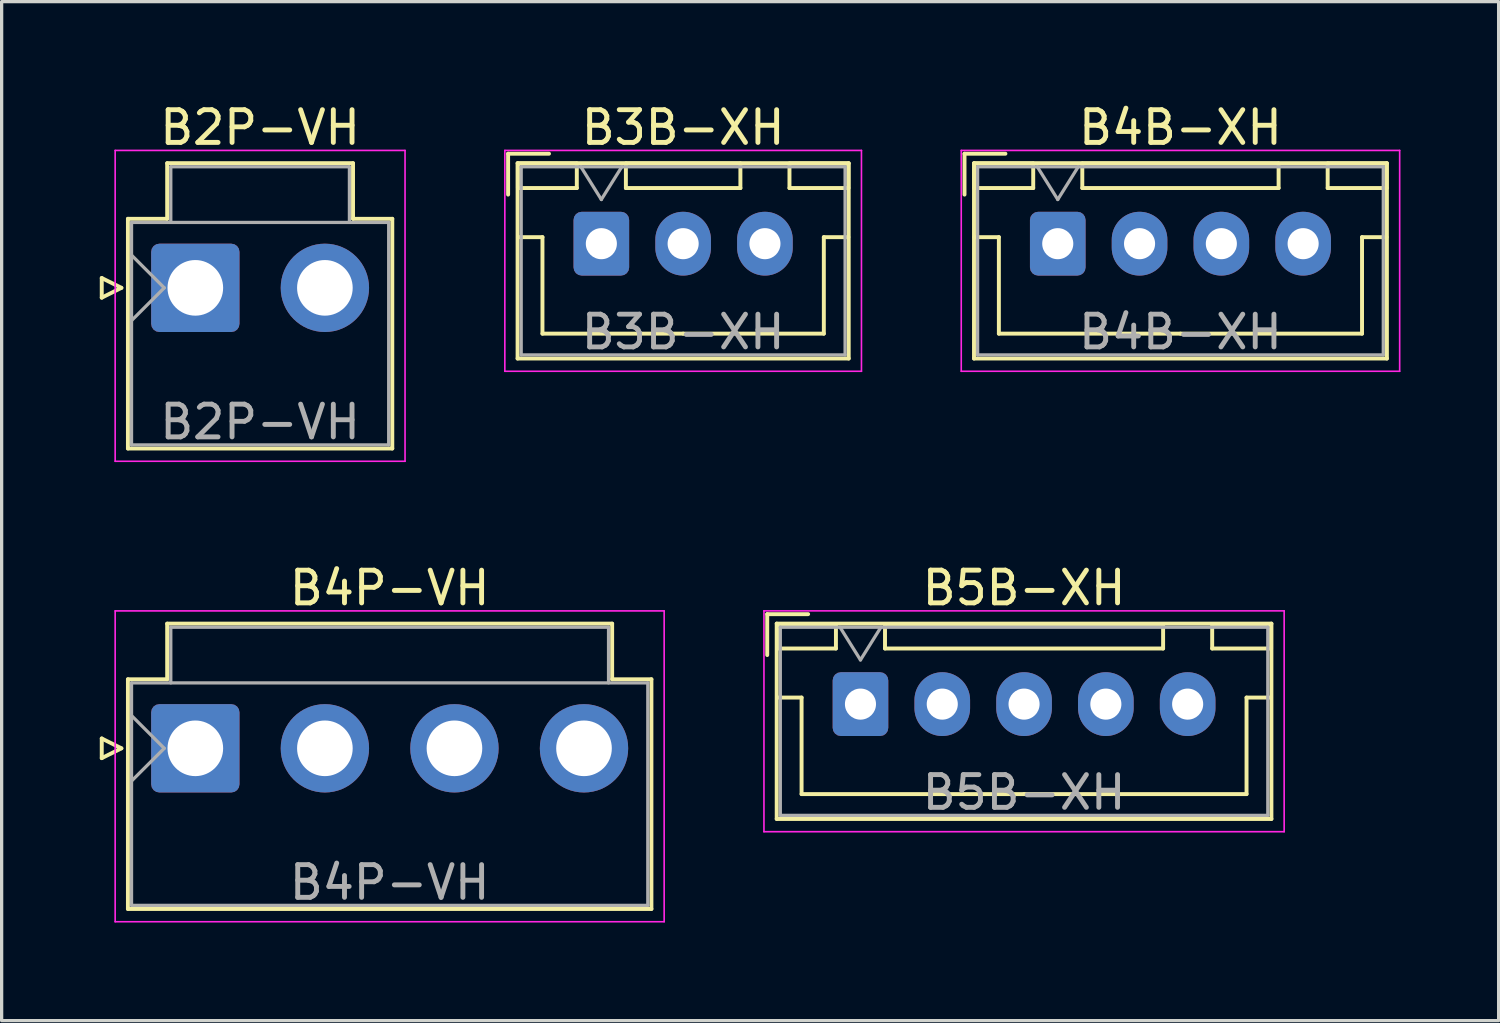
<source format=kicad_pcb>
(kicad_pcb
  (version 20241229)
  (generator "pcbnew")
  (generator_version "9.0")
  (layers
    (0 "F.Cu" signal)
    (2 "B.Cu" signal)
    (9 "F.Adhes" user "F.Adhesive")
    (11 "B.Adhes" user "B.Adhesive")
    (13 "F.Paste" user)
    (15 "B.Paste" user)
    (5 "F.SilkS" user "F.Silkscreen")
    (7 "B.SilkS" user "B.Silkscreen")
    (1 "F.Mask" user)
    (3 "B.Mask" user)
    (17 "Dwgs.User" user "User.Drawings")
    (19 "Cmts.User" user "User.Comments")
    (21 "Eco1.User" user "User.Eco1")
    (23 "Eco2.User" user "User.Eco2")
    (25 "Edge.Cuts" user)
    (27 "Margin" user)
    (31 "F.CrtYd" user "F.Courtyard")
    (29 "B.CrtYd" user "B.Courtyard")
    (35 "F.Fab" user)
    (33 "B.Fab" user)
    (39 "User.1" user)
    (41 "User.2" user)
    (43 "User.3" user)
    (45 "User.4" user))
  (footprint "B4P-VH"
    (layer "F.Cu")
    (at 2.92 19.822)
    (property "Reference" "B4P-VH" (at 5.94 -4.9 0) (layer "F.SilkS") (effects (font (size 1 1) (thickness 0.15))))
    (attr through_hole)
    (fp_line (start -2.86 -0.3) (end -2.26 0) (stroke (width 0.12) (type solid)) (layer "F.SilkS"))
    (fp_line (start -2.86 0.3) (end -2.86 -0.3) (stroke (width 0.12) (type solid)) (layer "F.SilkS"))
    (fp_line (start -2.26 0) (end -2.86 0.3) (stroke (width 0.12) (type solid)) (layer "F.SilkS"))
    (fp_line (start -2.06 -2.11) (end -0.86 -2.11) (stroke (width 0.12) (type solid)) (layer "F.SilkS"))
    (fp_line (start -2.06 4.91) (end -2.06 -2.11) (stroke (width 0.12) (type solid)) (layer "F.SilkS"))
    (fp_line (start -0.86 -3.81) (end 12.74 -3.81) (stroke (width 0.12) (type solid)) (layer "F.SilkS"))
    (fp_line (start -0.86 -2.11) (end -0.86 -3.81) (stroke (width 0.12) (type solid)) (layer "F.SilkS"))
    (fp_line (start 12.74 -3.81) (end 12.74 -2.11) (stroke (width 0.12) (type solid)) (layer "F.SilkS"))
    (fp_line (start 12.74 -2.11) (end 13.94 -2.11) (stroke (width 0.12) (type solid)) (layer "F.SilkS"))
    (fp_line (start 13.94 -2.11) (end 13.94 4.91) (stroke (width 0.12) (type solid)) (layer "F.SilkS"))
    (fp_line (start 13.94 4.91) (end -2.06 4.91) (stroke (width 0.12) (type solid)) (layer "F.SilkS"))
    (fp_line (start -2.45 -4.2) (end -2.45 5.3) (stroke (width 0.05) (type solid)) (layer "F.CrtYd"))
    (fp_line (start -2.45 5.3) (end 14.33 5.3) (stroke (width 0.05) (type solid)) (layer "F.CrtYd"))
    (fp_line (start 14.33 -4.2) (end -2.45 -4.2) (stroke (width 0.05) (type solid)) (layer "F.CrtYd"))
    (fp_line (start 14.33 5.3) (end 14.33 -4.2) (stroke (width 0.05) (type solid)) (layer "F.CrtYd"))
    (fp_line (start -1.95 -2) (end -1.95 4.8) (stroke (width 0.1) (type solid)) (layer "F.Fab"))
    (fp_line (start -1.95 -1) (end -0.95 0) (stroke (width 0.1) (type solid)) (layer "F.Fab"))
    (fp_line (start -1.95 1) (end -0.95 0) (stroke (width 0.1) (type solid)) (layer "F.Fab"))
    (fp_line (start -1.95 4.8) (end 13.83 4.8) (stroke (width 0.1) (type solid)) (layer "F.Fab"))
    (fp_line (start -0.75 -3.7) (end 12.63 -3.7) (stroke (width 0.1) (type solid)) (layer "F.Fab"))
    (fp_line (start -0.75 -2) (end -0.75 -3.7) (stroke (width 0.1) (type solid)) (layer "F.Fab"))
    (fp_line (start 12.63 -3.7) (end 12.63 -2) (stroke (width 0.1) (type solid)) (layer "F.Fab"))
    (fp_line (start 13.83 -2) (end -1.95 -2) (stroke (width 0.1) (type solid)) (layer "F.Fab"))
    (fp_line (start 13.83 4.8) (end 13.83 -2) (stroke (width 0.1) (type solid)) (layer "F.Fab"))
    (fp_text user "${REFERENCE}" (at 5.94 4.1 0) (layer "F.Fab") (effects (font (size 1 1) (thickness 0.15))))
    (pad "1" thru_hole roundrect (at 0 0) (size 2.7 2.7) (drill 1.7) (layers "*.Cu" "*.Mask") (roundrect_rratio 0.093))
    (pad "2" thru_hole circle (at 3.96 0) (size 2.7 2.7) (drill 1.7) (layers "*.Cu" "*.Mask"))
    (pad "3" thru_hole circle (at 7.92 0) (size 2.7 2.7) (drill 1.7) (layers "*.Cu" "*.Mask"))
    (pad "4" thru_hole circle (at 11.88 0) (size 2.7 2.7) (drill 1.7) (layers "*.Cu" "*.Mask")))
  (footprint "B2P-VH"
    (layer "F.Cu")
    (at 2.92 5.748)
    (property "Reference" "B2P-VH" (at 1.98 -4.9 0) (layer "F.SilkS") (effects (font (size 1 1) (thickness 0.15))))
    (attr through_hole)
    (fp_line (start -2.86 -0.3) (end -2.26 0) (stroke (width 0.12) (type solid)) (layer "F.SilkS"))
    (fp_line (start -2.86 0.3) (end -2.86 -0.3) (stroke (width 0.12) (type solid)) (layer "F.SilkS"))
    (fp_line (start -2.26 0) (end -2.86 0.3) (stroke (width 0.12) (type solid)) (layer "F.SilkS"))
    (fp_line (start -2.06 -2.11) (end -0.86 -2.11) (stroke (width 0.12) (type solid)) (layer "F.SilkS"))
    (fp_line (start -2.06 4.91) (end -2.06 -2.11) (stroke (width 0.12) (type solid)) (layer "F.SilkS"))
    (fp_line (start -0.86 -3.81) (end 4.82 -3.81) (stroke (width 0.12) (type solid)) (layer "F.SilkS"))
    (fp_line (start -0.86 -2.11) (end -0.86 -3.81) (stroke (width 0.12) (type solid)) (layer "F.SilkS"))
    (fp_line (start 4.82 -3.81) (end 4.82 -2.11) (stroke (width 0.12) (type solid)) (layer "F.SilkS"))
    (fp_line (start 4.82 -2.11) (end 6.02 -2.11) (stroke (width 0.12) (type solid)) (layer "F.SilkS"))
    (fp_line (start 6.02 -2.11) (end 6.02 4.91) (stroke (width 0.12) (type solid)) (layer "F.SilkS"))
    (fp_line (start 6.02 4.91) (end -2.06 4.91) (stroke (width 0.12) (type solid)) (layer "F.SilkS"))
    (fp_line (start -2.45 -4.2) (end -2.45 5.3) (stroke (width 0.05) (type solid)) (layer "F.CrtYd"))
    (fp_line (start -2.45 5.3) (end 6.41 5.3) (stroke (width 0.05) (type solid)) (layer "F.CrtYd"))
    (fp_line (start 6.41 -4.2) (end -2.45 -4.2) (stroke (width 0.05) (type solid)) (layer "F.CrtYd"))
    (fp_line (start 6.41 5.3) (end 6.41 -4.2) (stroke (width 0.05) (type solid)) (layer "F.CrtYd"))
    (fp_line (start -1.95 -2) (end -1.95 4.8) (stroke (width 0.1) (type solid)) (layer "F.Fab"))
    (fp_line (start -1.95 -1) (end -0.95 0) (stroke (width 0.1) (type solid)) (layer "F.Fab"))
    (fp_line (start -1.95 1) (end -0.95 0) (stroke (width 0.1) (type solid)) (layer "F.Fab"))
    (fp_line (start -1.95 4.8) (end 5.91 4.8) (stroke (width 0.1) (type solid)) (layer "F.Fab"))
    (fp_line (start -0.75 -3.7) (end 4.71 -3.7) (stroke (width 0.1) (type solid)) (layer "F.Fab"))
    (fp_line (start -0.75 -2) (end -0.75 -3.7) (stroke (width 0.1) (type solid)) (layer "F.Fab"))
    (fp_line (start 4.71 -3.7) (end 4.71 -2) (stroke (width 0.1) (type solid)) (layer "F.Fab"))
    (fp_line (start 5.91 -2) (end -1.95 -2) (stroke (width 0.1) (type solid)) (layer "F.Fab"))
    (fp_line (start 5.91 4.8) (end 5.91 -2) (stroke (width 0.1) (type solid)) (layer "F.Fab"))
    (fp_text user "${REFERENCE}" (at 1.98 4.1 0) (layer "F.Fab") (effects (font (size 1 1) (thickness 0.15))))
    (pad "1" thru_hole roundrect (at 0 0) (size 2.7 2.7) (drill 1.7) (layers "*.Cu" "*.Mask") (roundrect_rratio 0.093))
    (pad "2" thru_hole circle (at 3.96 0) (size 2.7 2.7) (drill 1.7) (layers "*.Cu" "*.Mask")))
  (footprint "B5B-XH"
    (layer "F.Cu")
    (at 23.25 18.471)
    (property "Reference" "B5B-XH" (at 5 -3.55 0) (layer "F.SilkS") (effects (font (size 1 1) (thickness 0.15))))
    (attr through_hole)
    (fp_line (start -2.85 -2.75) (end -2.85 -1.5) (stroke (width 0.12) (type solid)) (layer "F.SilkS"))
    (fp_line (start -2.56 -2.46) (end -2.56 3.51) (stroke (width 0.12) (type solid)) (layer "F.SilkS"))
    (fp_line (start -2.56 3.51) (end 12.56 3.51) (stroke (width 0.12) (type solid)) (layer "F.SilkS"))
    (fp_line (start -2.55 -2.45) (end -2.55 -1.7) (stroke (width 0.12) (type solid)) (layer "F.SilkS"))
    (fp_line (start -2.55 -1.7) (end -0.75 -1.7) (stroke (width 0.12) (type solid)) (layer "F.SilkS"))
    (fp_line (start -2.55 -0.2) (end -1.8 -0.2) (stroke (width 0.12) (type solid)) (layer "F.SilkS"))
    (fp_line (start -1.8 -0.2) (end -1.8 2.75) (stroke (width 0.12) (type solid)) (layer "F.SilkS"))
    (fp_line (start -1.8 2.75) (end 5 2.75) (stroke (width 0.12) (type solid)) (layer "F.SilkS"))
    (fp_line (start -1.6 -2.75) (end -2.85 -2.75) (stroke (width 0.12) (type solid)) (layer "F.SilkS"))
    (fp_line (start -0.75 -2.45) (end -2.55 -2.45) (stroke (width 0.12) (type solid)) (layer "F.SilkS"))
    (fp_line (start -0.75 -1.7) (end -0.75 -2.45) (stroke (width 0.12) (type solid)) (layer "F.SilkS"))
    (fp_line (start 0.75 -2.45) (end 0.75 -1.7) (stroke (width 0.12) (type solid)) (layer "F.SilkS"))
    (fp_line (start 0.75 -1.7) (end 9.25 -1.7) (stroke (width 0.12) (type solid)) (layer "F.SilkS"))
    (fp_line (start 9.25 -2.45) (end 0.75 -2.45) (stroke (width 0.12) (type solid)) (layer "F.SilkS"))
    (fp_line (start 9.25 -1.7) (end 9.25 -2.45) (stroke (width 0.12) (type solid)) (layer "F.SilkS"))
    (fp_line (start 10.75 -2.45) (end 10.75 -1.7) (stroke (width 0.12) (type solid)) (layer "F.SilkS"))
    (fp_line (start 10.75 -1.7) (end 12.55 -1.7) (stroke (width 0.12) (type solid)) (layer "F.SilkS"))
    (fp_line (start 11.8 -0.2) (end 11.8 2.75) (stroke (width 0.12) (type solid)) (layer "F.SilkS"))
    (fp_line (start 11.8 2.75) (end 5 2.75) (stroke (width 0.12) (type solid)) (layer "F.SilkS"))
    (fp_line (start 12.55 -2.45) (end 10.75 -2.45) (stroke (width 0.12) (type solid)) (layer "F.SilkS"))
    (fp_line (start 12.55 -1.7) (end 12.55 -2.45) (stroke (width 0.12) (type solid)) (layer "F.SilkS"))
    (fp_line (start 12.55 -0.2) (end 11.8 -0.2) (stroke (width 0.12) (type solid)) (layer "F.SilkS"))
    (fp_line (start 12.56 -2.46) (end -2.56 -2.46) (stroke (width 0.12) (type solid)) (layer "F.SilkS"))
    (fp_line (start 12.56 3.51) (end 12.56 -2.46) (stroke (width 0.12) (type solid)) (layer "F.SilkS"))
    (fp_line (start -2.95 -2.85) (end -2.95 3.9) (stroke (width 0.05) (type solid)) (layer "F.CrtYd"))
    (fp_line (start -2.95 3.9) (end 12.95 3.9) (stroke (width 0.05) (type solid)) (layer "F.CrtYd"))
    (fp_line (start 12.95 -2.85) (end -2.95 -2.85) (stroke (width 0.05) (type solid)) (layer "F.CrtYd"))
    (fp_line (start 12.95 3.9) (end 12.95 -2.85) (stroke (width 0.05) (type solid)) (layer "F.CrtYd"))
    (fp_line (start -2.45 -2.35) (end -2.45 3.4) (stroke (width 0.1) (type solid)) (layer "F.Fab"))
    (fp_line (start -2.45 3.4) (end 12.45 3.4) (stroke (width 0.1) (type solid)) (layer "F.Fab"))
    (fp_line (start -0.625 -2.35) (end 0 -1.35) (stroke (width 0.1) (type solid)) (layer "F.Fab"))
    (fp_line (start 0 -1.35) (end 0.625 -2.35) (stroke (width 0.1) (type solid)) (layer "F.Fab"))
    (fp_line (start 12.45 -2.35) (end -2.45 -2.35) (stroke (width 0.1) (type solid)) (layer "F.Fab"))
    (fp_line (start 12.45 3.4) (end 12.45 -2.35) (stroke (width 0.1) (type solid)) (layer "F.Fab"))
    (fp_text user "${REFERENCE}" (at 5 2.7 0) (layer "F.Fab") (effects (font (size 1 1) (thickness 0.15))))
    (pad "1" thru_hole roundrect (at 0 0) (size 1.7 1.95) (drill 0.95) (layers "*.Cu" "*.Mask") (roundrect_rratio 0.147))
    (pad "2" thru_hole oval (at 2.5 0) (size 1.7 1.95) (drill 0.95) (layers "*.Cu" "*.Mask"))
    (pad "3" thru_hole oval (at 5 0) (size 1.7 1.95) (drill 0.95) (layers "*.Cu" "*.Mask"))
    (pad "4" thru_hole oval (at 7.5 0) (size 1.7 1.95) (drill 0.95) (layers "*.Cu" "*.Mask"))
    (pad "5" thru_hole oval (at 10 0) (size 1.7 1.95) (drill 0.95) (layers "*.Cu" "*.Mask")))
  (footprint "B3B-XH"
    (layer "F.Cu")
    (at 15.33 4.398)
    (property "Reference" "B3B-XH" (at 2.5 -3.55 0) (layer "F.SilkS") (effects (font (size 1 1) (thickness 0.15))))
    (attr through_hole)
    (fp_line (start -2.85 -2.75) (end -2.85 -1.5) (stroke (width 0.12) (type solid)) (layer "F.SilkS"))
    (fp_line (start -2.56 -2.46) (end -2.56 3.51) (stroke (width 0.12) (type solid)) (layer "F.SilkS"))
    (fp_line (start -2.56 3.51) (end 7.56 3.51) (stroke (width 0.12) (type solid)) (layer "F.SilkS"))
    (fp_line (start -2.55 -2.45) (end -2.55 -1.7) (stroke (width 0.12) (type solid)) (layer "F.SilkS"))
    (fp_line (start -2.55 -1.7) (end -0.75 -1.7) (stroke (width 0.12) (type solid)) (layer "F.SilkS"))
    (fp_line (start -2.55 -0.2) (end -1.8 -0.2) (stroke (width 0.12) (type solid)) (layer "F.SilkS"))
    (fp_line (start -1.8 -0.2) (end -1.8 2.75) (stroke (width 0.12) (type solid)) (layer "F.SilkS"))
    (fp_line (start -1.8 2.75) (end 2.5 2.75) (stroke (width 0.12) (type solid)) (layer "F.SilkS"))
    (fp_line (start -1.6 -2.75) (end -2.85 -2.75) (stroke (width 0.12) (type solid)) (layer "F.SilkS"))
    (fp_line (start -0.75 -2.45) (end -2.55 -2.45) (stroke (width 0.12) (type solid)) (layer "F.SilkS"))
    (fp_line (start -0.75 -1.7) (end -0.75 -2.45) (stroke (width 0.12) (type solid)) (layer "F.SilkS"))
    (fp_line (start 0.75 -2.45) (end 0.75 -1.7) (stroke (width 0.12) (type solid)) (layer "F.SilkS"))
    (fp_line (start 0.75 -1.7) (end 4.25 -1.7) (stroke (width 0.12) (type solid)) (layer "F.SilkS"))
    (fp_line (start 4.25 -2.45) (end 0.75 -2.45) (stroke (width 0.12) (type solid)) (layer "F.SilkS"))
    (fp_line (start 4.25 -1.7) (end 4.25 -2.45) (stroke (width 0.12) (type solid)) (layer "F.SilkS"))
    (fp_line (start 5.75 -2.45) (end 5.75 -1.7) (stroke (width 0.12) (type solid)) (layer "F.SilkS"))
    (fp_line (start 5.75 -1.7) (end 7.55 -1.7) (stroke (width 0.12) (type solid)) (layer "F.SilkS"))
    (fp_line (start 6.8 -0.2) (end 6.8 2.75) (stroke (width 0.12) (type solid)) (layer "F.SilkS"))
    (fp_line (start 6.8 2.75) (end 2.5 2.75) (stroke (width 0.12) (type solid)) (layer "F.SilkS"))
    (fp_line (start 7.55 -2.45) (end 5.75 -2.45) (stroke (width 0.12) (type solid)) (layer "F.SilkS"))
    (fp_line (start 7.55 -1.7) (end 7.55 -2.45) (stroke (width 0.12) (type solid)) (layer "F.SilkS"))
    (fp_line (start 7.55 -0.2) (end 6.8 -0.2) (stroke (width 0.12) (type solid)) (layer "F.SilkS"))
    (fp_line (start 7.56 -2.46) (end -2.56 -2.46) (stroke (width 0.12) (type solid)) (layer "F.SilkS"))
    (fp_line (start 7.56 3.51) (end 7.56 -2.46) (stroke (width 0.12) (type solid)) (layer "F.SilkS"))
    (fp_line (start -2.95 -2.85) (end -2.95 3.9) (stroke (width 0.05) (type solid)) (layer "F.CrtYd"))
    (fp_line (start -2.95 3.9) (end 7.95 3.9) (stroke (width 0.05) (type solid)) (layer "F.CrtYd"))
    (fp_line (start 7.95 -2.85) (end -2.95 -2.85) (stroke (width 0.05) (type solid)) (layer "F.CrtYd"))
    (fp_line (start 7.95 3.9) (end 7.95 -2.85) (stroke (width 0.05) (type solid)) (layer "F.CrtYd"))
    (fp_line (start -2.45 -2.35) (end -2.45 3.4) (stroke (width 0.1) (type solid)) (layer "F.Fab"))
    (fp_line (start -2.45 3.4) (end 7.45 3.4) (stroke (width 0.1) (type solid)) (layer "F.Fab"))
    (fp_line (start -0.625 -2.35) (end 0 -1.35) (stroke (width 0.1) (type solid)) (layer "F.Fab"))
    (fp_line (start 0 -1.35) (end 0.625 -2.35) (stroke (width 0.1) (type solid)) (layer "F.Fab"))
    (fp_line (start 7.45 -2.35) (end -2.45 -2.35) (stroke (width 0.1) (type solid)) (layer "F.Fab"))
    (fp_line (start 7.45 3.4) (end 7.45 -2.35) (stroke (width 0.1) (type solid)) (layer "F.Fab"))
    (fp_text user "${REFERENCE}" (at 2.5 2.7 0) (layer "F.Fab") (effects (font (size 1 1) (thickness 0.15))))
    (pad "1" thru_hole roundrect (at 0 0) (size 1.7 1.95) (drill 0.95) (layers "*.Cu" "*.Mask") (roundrect_rratio 0.147))
    (pad "2" thru_hole oval (at 2.5 0) (size 1.7 1.95) (drill 0.95) (layers "*.Cu" "*.Mask"))
    (pad "3" thru_hole oval (at 5 0) (size 1.7 1.95) (drill 0.95) (layers "*.Cu" "*.Mask")))
  (footprint "B4B-XH"
    (layer "F.Cu")
    (at 29.28 4.398)
    (property "Reference" "B4B-XH" (at 3.75 -3.55 0) (layer "F.SilkS") (effects (font (size 1 1) (thickness 0.15))))
    (attr through_hole)
    (fp_line (start -2.85 -2.75) (end -2.85 -1.5) (stroke (width 0.12) (type solid)) (layer "F.SilkS"))
    (fp_line (start -2.56 -2.46) (end -2.56 3.51) (stroke (width 0.12) (type solid)) (layer "F.SilkS"))
    (fp_line (start -2.56 3.51) (end 10.06 3.51) (stroke (width 0.12) (type solid)) (layer "F.SilkS"))
    (fp_line (start -2.55 -2.45) (end -2.55 -1.7) (stroke (width 0.12) (type solid)) (layer "F.SilkS"))
    (fp_line (start -2.55 -1.7) (end -0.75 -1.7) (stroke (width 0.12) (type solid)) (layer "F.SilkS"))
    (fp_line (start -2.55 -0.2) (end -1.8 -0.2) (stroke (width 0.12) (type solid)) (layer "F.SilkS"))
    (fp_line (start -1.8 -0.2) (end -1.8 2.75) (stroke (width 0.12) (type solid)) (layer "F.SilkS"))
    (fp_line (start -1.8 2.75) (end 3.75 2.75) (stroke (width 0.12) (type solid)) (layer "F.SilkS"))
    (fp_line (start -1.6 -2.75) (end -2.85 -2.75) (stroke (width 0.12) (type solid)) (layer "F.SilkS"))
    (fp_line (start -0.75 -2.45) (end -2.55 -2.45) (stroke (width 0.12) (type solid)) (layer "F.SilkS"))
    (fp_line (start -0.75 -1.7) (end -0.75 -2.45) (stroke (width 0.12) (type solid)) (layer "F.SilkS"))
    (fp_line (start 0.75 -2.45) (end 0.75 -1.7) (stroke (width 0.12) (type solid)) (layer "F.SilkS"))
    (fp_line (start 0.75 -1.7) (end 6.75 -1.7) (stroke (width 0.12) (type solid)) (layer "F.SilkS"))
    (fp_line (start 6.75 -2.45) (end 0.75 -2.45) (stroke (width 0.12) (type solid)) (layer "F.SilkS"))
    (fp_line (start 6.75 -1.7) (end 6.75 -2.45) (stroke (width 0.12) (type solid)) (layer "F.SilkS"))
    (fp_line (start 8.25 -2.45) (end 8.25 -1.7) (stroke (width 0.12) (type solid)) (layer "F.SilkS"))
    (fp_line (start 8.25 -1.7) (end 10.05 -1.7) (stroke (width 0.12) (type solid)) (layer "F.SilkS"))
    (fp_line (start 9.3 -0.2) (end 9.3 2.75) (stroke (width 0.12) (type solid)) (layer "F.SilkS"))
    (fp_line (start 9.3 2.75) (end 3.75 2.75) (stroke (width 0.12) (type solid)) (layer "F.SilkS"))
    (fp_line (start 10.05 -2.45) (end 8.25 -2.45) (stroke (width 0.12) (type solid)) (layer "F.SilkS"))
    (fp_line (start 10.05 -1.7) (end 10.05 -2.45) (stroke (width 0.12) (type solid)) (layer "F.SilkS"))
    (fp_line (start 10.05 -0.2) (end 9.3 -0.2) (stroke (width 0.12) (type solid)) (layer "F.SilkS"))
    (fp_line (start 10.06 -2.46) (end -2.56 -2.46) (stroke (width 0.12) (type solid)) (layer "F.SilkS"))
    (fp_line (start 10.06 3.51) (end 10.06 -2.46) (stroke (width 0.12) (type solid)) (layer "F.SilkS"))
    (fp_line (start -2.95 -2.85) (end -2.95 3.9) (stroke (width 0.05) (type solid)) (layer "F.CrtYd"))
    (fp_line (start -2.95 3.9) (end 10.45 3.9) (stroke (width 0.05) (type solid)) (layer "F.CrtYd"))
    (fp_line (start 10.45 -2.85) (end -2.95 -2.85) (stroke (width 0.05) (type solid)) (layer "F.CrtYd"))
    (fp_line (start 10.45 3.9) (end 10.45 -2.85) (stroke (width 0.05) (type solid)) (layer "F.CrtYd"))
    (fp_line (start -2.45 -2.35) (end -2.45 3.4) (stroke (width 0.1) (type solid)) (layer "F.Fab"))
    (fp_line (start -2.45 3.4) (end 9.95 3.4) (stroke (width 0.1) (type solid)) (layer "F.Fab"))
    (fp_line (start -0.625 -2.35) (end 0 -1.35) (stroke (width 0.1) (type solid)) (layer "F.Fab"))
    (fp_line (start 0 -1.35) (end 0.625 -2.35) (stroke (width 0.1) (type solid)) (layer "F.Fab"))
    (fp_line (start 9.95 -2.35) (end -2.45 -2.35) (stroke (width 0.1) (type solid)) (layer "F.Fab"))
    (fp_line (start 9.95 3.4) (end 9.95 -2.35) (stroke (width 0.1) (type solid)) (layer "F.Fab"))
    (fp_text user "${REFERENCE}" (at 3.75 2.7 0) (layer "F.Fab") (effects (font (size 1 1) (thickness 0.15))))
    (pad "1" thru_hole roundrect (at 0 0) (size 1.7 1.95) (drill 0.95) (layers "*.Cu" "*.Mask") (roundrect_rratio 0.147))
    (pad "2" thru_hole oval (at 2.5 0) (size 1.7 1.95) (drill 0.95) (layers "*.Cu" "*.Mask"))
    (pad "3" thru_hole oval (at 5 0) (size 1.7 1.95) (drill 0.95) (layers "*.Cu" "*.Mask"))
    (pad "4" thru_hole oval (at 7.5 0) (size 1.7 1.95) (drill 0.95) (layers "*.Cu" "*.Mask")))
  (gr_rect
    (start -3 -3)
    (end 42.755 28.146)
    (stroke (width 0.1) (type default))
    (fill no)
    (layer "Edge.Cuts")))
</source>
